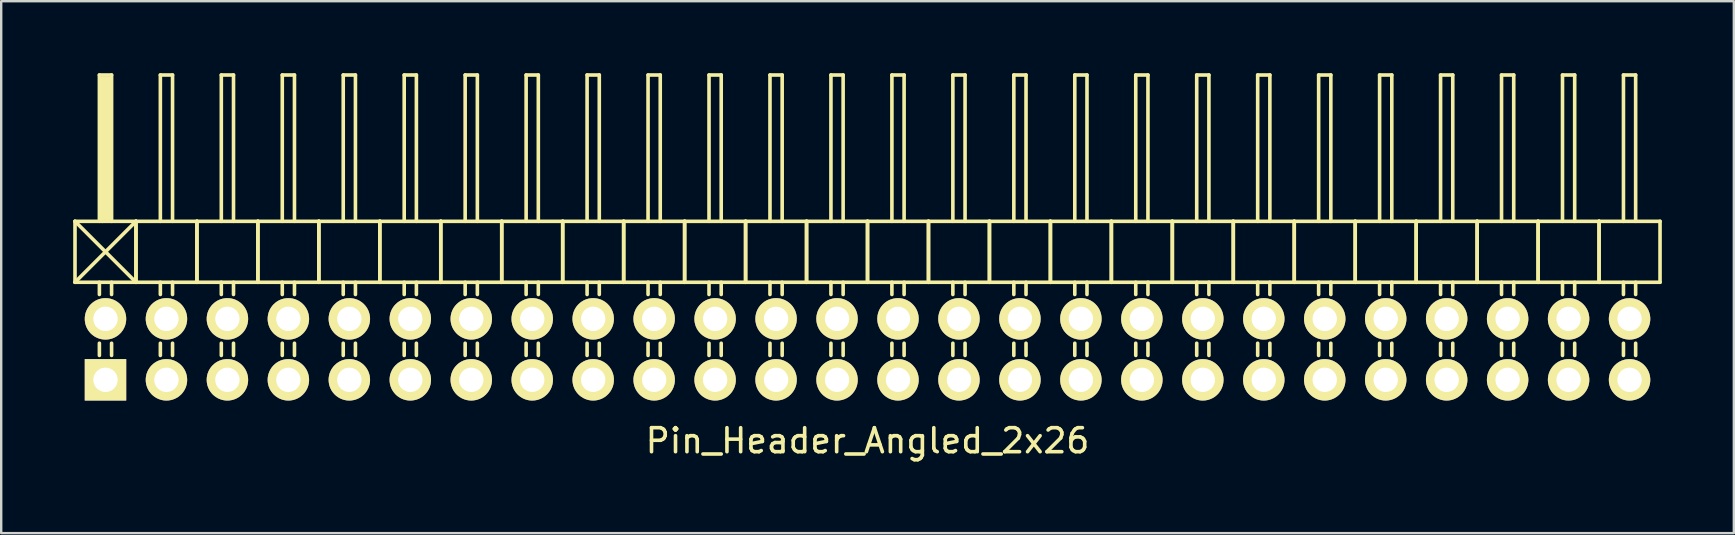
<source format=kicad_pcb>
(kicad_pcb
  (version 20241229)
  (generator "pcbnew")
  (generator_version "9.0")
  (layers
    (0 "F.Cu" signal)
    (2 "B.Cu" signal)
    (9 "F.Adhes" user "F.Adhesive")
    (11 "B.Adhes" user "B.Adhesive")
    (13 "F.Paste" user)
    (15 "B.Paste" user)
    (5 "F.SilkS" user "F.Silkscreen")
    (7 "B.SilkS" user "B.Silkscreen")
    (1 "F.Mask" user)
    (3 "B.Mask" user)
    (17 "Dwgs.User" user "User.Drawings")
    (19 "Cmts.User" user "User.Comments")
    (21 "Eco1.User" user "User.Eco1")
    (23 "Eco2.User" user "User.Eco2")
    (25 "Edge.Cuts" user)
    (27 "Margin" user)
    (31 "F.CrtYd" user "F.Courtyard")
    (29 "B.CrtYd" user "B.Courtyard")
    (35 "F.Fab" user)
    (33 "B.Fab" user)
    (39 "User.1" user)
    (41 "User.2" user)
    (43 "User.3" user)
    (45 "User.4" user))
  (footprint "Pin_Header_Angled_2x26"
    (layer "F.Cu")
    (at 33.095 11.505)
    (property "Reference" "Pin_Header_Angled_2x26" (at 0 3.81 0) (layer "F.SilkS") (effects (font (size 1 1) (thickness 0.15))))
    (attr through_hole)
    (fp_line (start -33.02 -5.334) (end -30.48 -2.794) (stroke (width 0.15) (type solid)) (layer "F.SilkS"))
    (fp_line (start -33.02 -2.794) (end -33.02 -5.334) (stroke (width 0.15) (type solid)) (layer "F.SilkS"))
    (fp_line (start -33.02 -2.794) (end -30.48 -5.334) (stroke (width 0.15) (type solid)) (layer "F.SilkS"))
    (fp_line (start -33.02 -2.794) (end -30.48 -2.794) (stroke (width 0.15) (type solid)) (layer "F.SilkS"))
    (fp_line (start -32.004 -11.43) (end -31.496 -11.43) (stroke (width 0.15) (type solid)) (layer "F.SilkS"))
    (fp_line (start -32.004 -5.334) (end -32.004 -11.43) (stroke (width 0.15) (type solid)) (layer "F.SilkS"))
    (fp_line (start -32.004 -2.794) (end -32.004 -2.286) (stroke (width 0.15) (type solid)) (layer "F.SilkS"))
    (fp_line (start -32.004 -0.254) (end -32.004 0.254) (stroke (width 0.15) (type solid)) (layer "F.SilkS"))
    (fp_line (start -31.877 -11.303) (end -31.623 -11.303) (stroke (width 0.15) (type solid)) (layer "F.SilkS"))
    (fp_line (start -31.877 -5.334) (end -31.877 -11.303) (stroke (width 0.15) (type solid)) (layer "F.SilkS"))
    (fp_line (start -31.75 -5.461) (end -31.75 -11.303) (stroke (width 0.15) (type solid)) (layer "F.SilkS"))
    (fp_line (start -31.623 -11.303) (end -31.623 -5.461) (stroke (width 0.15) (type solid)) (layer "F.SilkS"))
    (fp_line (start -31.623 -5.461) (end -31.75 -5.461) (stroke (width 0.15) (type solid)) (layer "F.SilkS"))
    (fp_line (start -31.496 -11.43) (end -31.496 -5.334) (stroke (width 0.15) (type solid)) (layer "F.SilkS"))
    (fp_line (start -31.496 -2.794) (end -31.496 -2.286) (stroke (width 0.15) (type solid)) (layer "F.SilkS"))
    (fp_line (start -31.496 -0.254) (end -31.496 0.254) (stroke (width 0.15) (type solid)) (layer "F.SilkS"))
    (fp_line (start -30.48 -5.334) (end -33.02 -5.334) (stroke (width 0.15) (type solid)) (layer "F.SilkS"))
    (fp_line (start -30.48 -2.794) (end -30.48 -5.334) (stroke (width 0.15) (type solid)) (layer "F.SilkS"))
    (fp_line (start -30.48 -2.794) (end -30.48 -5.334) (stroke (width 0.15) (type solid)) (layer "F.SilkS"))
    (fp_line (start -30.48 -2.794) (end -27.94 -2.794) (stroke (width 0.15) (type solid)) (layer "F.SilkS"))
    (fp_line (start -29.464 -11.43) (end -28.956 -11.43) (stroke (width 0.15) (type solid)) (layer "F.SilkS"))
    (fp_line (start -29.464 -5.334) (end -29.464 -11.43) (stroke (width 0.15) (type solid)) (layer "F.SilkS"))
    (fp_line (start -29.464 -2.794) (end -29.464 -2.286) (stroke (width 0.15) (type solid)) (layer "F.SilkS"))
    (fp_line (start -29.464 -0.254) (end -29.464 0.254) (stroke (width 0.15) (type solid)) (layer "F.SilkS"))
    (fp_line (start -28.956 -11.43) (end -28.956 -5.334) (stroke (width 0.15) (type solid)) (layer "F.SilkS"))
    (fp_line (start -28.956 -2.794) (end -28.956 -2.286) (stroke (width 0.15) (type solid)) (layer "F.SilkS"))
    (fp_line (start -28.956 -0.254) (end -28.956 0.254) (stroke (width 0.15) (type solid)) (layer "F.SilkS"))
    (fp_line (start -27.94 -5.334) (end -30.48 -5.334) (stroke (width 0.15) (type solid)) (layer "F.SilkS"))
    (fp_line (start -27.94 -2.794) (end -27.94 -5.334) (stroke (width 0.15) (type solid)) (layer "F.SilkS"))
    (fp_line (start -27.94 -2.794) (end -27.94 -5.334) (stroke (width 0.15) (type solid)) (layer "F.SilkS"))
    (fp_line (start -27.94 -2.794) (end -25.4 -2.794) (stroke (width 0.15) (type solid)) (layer "F.SilkS"))
    (fp_line (start -26.924 -11.43) (end -26.416 -11.43) (stroke (width 0.15) (type solid)) (layer "F.SilkS"))
    (fp_line (start -26.924 -5.334) (end -26.924 -11.43) (stroke (width 0.15) (type solid)) (layer "F.SilkS"))
    (fp_line (start -26.924 -2.794) (end -26.924 -2.286) (stroke (width 0.15) (type solid)) (layer "F.SilkS"))
    (fp_line (start -26.924 -0.254) (end -26.924 0.254) (stroke (width 0.15) (type solid)) (layer "F.SilkS"))
    (fp_line (start -26.416 -11.43) (end -26.416 -5.334) (stroke (width 0.15) (type solid)) (layer "F.SilkS"))
    (fp_line (start -26.416 -2.794) (end -26.416 -2.286) (stroke (width 0.15) (type solid)) (layer "F.SilkS"))
    (fp_line (start -26.416 -0.254) (end -26.416 0.254) (stroke (width 0.15) (type solid)) (layer "F.SilkS"))
    (fp_line (start -25.4 -5.334) (end -27.94 -5.334) (stroke (width 0.15) (type solid)) (layer "F.SilkS"))
    (fp_line (start -25.4 -2.794) (end -25.4 -5.334) (stroke (width 0.15) (type solid)) (layer "F.SilkS"))
    (fp_line (start -25.4 -2.794) (end -25.4 -5.334) (stroke (width 0.15) (type solid)) (layer "F.SilkS"))
    (fp_line (start -25.4 -2.794) (end -22.86 -2.794) (stroke (width 0.15) (type solid)) (layer "F.SilkS"))
    (fp_line (start -24.384 -11.43) (end -23.876 -11.43) (stroke (width 0.15) (type solid)) (layer "F.SilkS"))
    (fp_line (start -24.384 -5.334) (end -24.384 -11.43) (stroke (width 0.15) (type solid)) (layer "F.SilkS"))
    (fp_line (start -24.384 -2.794) (end -24.384 -2.286) (stroke (width 0.15) (type solid)) (layer "F.SilkS"))
    (fp_line (start -24.384 -0.254) (end -24.384 0.254) (stroke (width 0.15) (type solid)) (layer "F.SilkS"))
    (fp_line (start -23.876 -11.43) (end -23.876 -5.334) (stroke (width 0.15) (type solid)) (layer "F.SilkS"))
    (fp_line (start -23.876 -2.794) (end -23.876 -2.286) (stroke (width 0.15) (type solid)) (layer "F.SilkS"))
    (fp_line (start -23.876 -0.254) (end -23.876 0.254) (stroke (width 0.15) (type solid)) (layer "F.SilkS"))
    (fp_line (start -22.86 -5.334) (end -25.4 -5.334) (stroke (width 0.15) (type solid)) (layer "F.SilkS"))
    (fp_line (start -22.86 -2.794) (end -22.86 -5.334) (stroke (width 0.15) (type solid)) (layer "F.SilkS"))
    (fp_line (start -22.86 -2.794) (end -22.86 -5.334) (stroke (width 0.15) (type solid)) (layer "F.SilkS"))
    (fp_line (start -22.86 -2.794) (end -20.32 -2.794) (stroke (width 0.15) (type solid)) (layer "F.SilkS"))
    (fp_line (start -21.844 -11.43) (end -21.336 -11.43) (stroke (width 0.15) (type solid)) (layer "F.SilkS"))
    (fp_line (start -21.844 -5.334) (end -21.844 -11.43) (stroke (width 0.15) (type solid)) (layer "F.SilkS"))
    (fp_line (start -21.844 -2.794) (end -21.844 -2.286) (stroke (width 0.15) (type solid)) (layer "F.SilkS"))
    (fp_line (start -21.844 -0.254) (end -21.844 0.254) (stroke (width 0.15) (type solid)) (layer "F.SilkS"))
    (fp_line (start -21.336 -11.43) (end -21.336 -5.334) (stroke (width 0.15) (type solid)) (layer "F.SilkS"))
    (fp_line (start -21.336 -2.794) (end -21.336 -2.286) (stroke (width 0.15) (type solid)) (layer "F.SilkS"))
    (fp_line (start -21.336 -0.254) (end -21.336 0.254) (stroke (width 0.15) (type solid)) (layer "F.SilkS"))
    (fp_line (start -20.32 -5.334) (end -22.86 -5.334) (stroke (width 0.15) (type solid)) (layer "F.SilkS"))
    (fp_line (start -20.32 -2.794) (end -20.32 -5.334) (stroke (width 0.15) (type solid)) (layer "F.SilkS"))
    (fp_line (start -20.32 -2.794) (end -20.32 -5.334) (stroke (width 0.15) (type solid)) (layer "F.SilkS"))
    (fp_line (start -20.32 -2.794) (end -17.78 -2.794) (stroke (width 0.15) (type solid)) (layer "F.SilkS"))
    (fp_line (start -19.304 -11.43) (end -18.796 -11.43) (stroke (width 0.15) (type solid)) (layer "F.SilkS"))
    (fp_line (start -19.304 -5.334) (end -19.304 -11.43) (stroke (width 0.15) (type solid)) (layer "F.SilkS"))
    (fp_line (start -19.304 -2.794) (end -19.304 -2.286) (stroke (width 0.15) (type solid)) (layer "F.SilkS"))
    (fp_line (start -19.304 -0.254) (end -19.304 0.254) (stroke (width 0.15) (type solid)) (layer "F.SilkS"))
    (fp_line (start -18.796 -11.43) (end -18.796 -5.334) (stroke (width 0.15) (type solid)) (layer "F.SilkS"))
    (fp_line (start -18.796 -2.794) (end -18.796 -2.286) (stroke (width 0.15) (type solid)) (layer "F.SilkS"))
    (fp_line (start -18.796 -0.254) (end -18.796 0.254) (stroke (width 0.15) (type solid)) (layer "F.SilkS"))
    (fp_line (start -17.78 -5.334) (end -20.32 -5.334) (stroke (width 0.15) (type solid)) (layer "F.SilkS"))
    (fp_line (start -17.78 -2.794) (end -17.78 -5.334) (stroke (width 0.15) (type solid)) (layer "F.SilkS"))
    (fp_line (start -17.78 -2.794) (end -17.78 -5.334) (stroke (width 0.15) (type solid)) (layer "F.SilkS"))
    (fp_line (start -17.78 -2.794) (end -15.24 -2.794) (stroke (width 0.15) (type solid)) (layer "F.SilkS"))
    (fp_line (start -16.764 -11.43) (end -16.256 -11.43) (stroke (width 0.15) (type solid)) (layer "F.SilkS"))
    (fp_line (start -16.764 -5.334) (end -16.764 -11.43) (stroke (width 0.15) (type solid)) (layer "F.SilkS"))
    (fp_line (start -16.764 -2.794) (end -16.764 -2.286) (stroke (width 0.15) (type solid)) (layer "F.SilkS"))
    (fp_line (start -16.764 -0.254) (end -16.764 0.254) (stroke (width 0.15) (type solid)) (layer "F.SilkS"))
    (fp_line (start -16.256 -11.43) (end -16.256 -5.334) (stroke (width 0.15) (type solid)) (layer "F.SilkS"))
    (fp_line (start -16.256 -2.794) (end -16.256 -2.286) (stroke (width 0.15) (type solid)) (layer "F.SilkS"))
    (fp_line (start -16.256 -0.254) (end -16.256 0.254) (stroke (width 0.15) (type solid)) (layer "F.SilkS"))
    (fp_line (start -15.24 -5.334) (end -17.78 -5.334) (stroke (width 0.15) (type solid)) (layer "F.SilkS"))
    (fp_line (start -15.24 -2.794) (end -15.24 -5.334) (stroke (width 0.15) (type solid)) (layer "F.SilkS"))
    (fp_line (start -15.24 -2.794) (end -15.24 -5.334) (stroke (width 0.15) (type solid)) (layer "F.SilkS"))
    (fp_line (start -15.24 -2.794) (end -12.7 -2.794) (stroke (width 0.15) (type solid)) (layer "F.SilkS"))
    (fp_line (start -14.224 -11.43) (end -13.716 -11.43) (stroke (width 0.15) (type solid)) (layer "F.SilkS"))
    (fp_line (start -14.224 -5.334) (end -14.224 -11.43) (stroke (width 0.15) (type solid)) (layer "F.SilkS"))
    (fp_line (start -14.224 -2.794) (end -14.224 -2.286) (stroke (width 0.15) (type solid)) (layer "F.SilkS"))
    (fp_line (start -14.224 -0.254) (end -14.224 0.254) (stroke (width 0.15) (type solid)) (layer "F.SilkS"))
    (fp_line (start -13.716 -11.43) (end -13.716 -5.334) (stroke (width 0.15) (type solid)) (layer "F.SilkS"))
    (fp_line (start -13.716 -2.794) (end -13.716 -2.286) (stroke (width 0.15) (type solid)) (layer "F.SilkS"))
    (fp_line (start -13.716 -0.254) (end -13.716 0.254) (stroke (width 0.15) (type solid)) (layer "F.SilkS"))
    (fp_line (start -12.7 -5.334) (end -15.24 -5.334) (stroke (width 0.15) (type solid)) (layer "F.SilkS"))
    (fp_line (start -12.7 -2.794) (end -12.7 -5.334) (stroke (width 0.15) (type solid)) (layer "F.SilkS"))
    (fp_line (start -12.7 -2.794) (end -12.7 -5.334) (stroke (width 0.15) (type solid)) (layer "F.SilkS"))
    (fp_line (start -12.7 -2.794) (end -10.16 -2.794) (stroke (width 0.15) (type solid)) (layer "F.SilkS"))
    (fp_line (start -11.684 -11.43) (end -11.176 -11.43) (stroke (width 0.15) (type solid)) (layer "F.SilkS"))
    (fp_line (start -11.684 -5.334) (end -11.684 -11.43) (stroke (width 0.15) (type solid)) (layer "F.SilkS"))
    (fp_line (start -11.684 -2.794) (end -11.684 -2.286) (stroke (width 0.15) (type solid)) (layer "F.SilkS"))
    (fp_line (start -11.684 -0.254) (end -11.684 0.254) (stroke (width 0.15) (type solid)) (layer "F.SilkS"))
    (fp_line (start -11.176 -11.43) (end -11.176 -5.334) (stroke (width 0.15) (type solid)) (layer "F.SilkS"))
    (fp_line (start -11.176 -2.794) (end -11.176 -2.286) (stroke (width 0.15) (type solid)) (layer "F.SilkS"))
    (fp_line (start -11.176 -0.254) (end -11.176 0.254) (stroke (width 0.15) (type solid)) (layer "F.SilkS"))
    (fp_line (start -10.16 -5.334) (end -12.7 -5.334) (stroke (width 0.15) (type solid)) (layer "F.SilkS"))
    (fp_line (start -10.16 -2.794) (end -10.16 -5.334) (stroke (width 0.15) (type solid)) (layer "F.SilkS"))
    (fp_line (start -10.16 -2.794) (end -10.16 -5.334) (stroke (width 0.15) (type solid)) (layer "F.SilkS"))
    (fp_line (start -10.16 -2.794) (end -7.62 -2.794) (stroke (width 0.15) (type solid)) (layer "F.SilkS"))
    (fp_line (start -9.144 -11.43) (end -8.636 -11.43) (stroke (width 0.15) (type solid)) (layer "F.SilkS"))
    (fp_line (start -9.144 -5.334) (end -9.144 -11.43) (stroke (width 0.15) (type solid)) (layer "F.SilkS"))
    (fp_line (start -9.144 -2.794) (end -9.144 -2.286) (stroke (width 0.15) (type solid)) (layer "F.SilkS"))
    (fp_line (start -9.144 -0.254) (end -9.144 0.254) (stroke (width 0.15) (type solid)) (layer "F.SilkS"))
    (fp_line (start -8.636 -11.43) (end -8.636 -5.334) (stroke (width 0.15) (type solid)) (layer "F.SilkS"))
    (fp_line (start -8.636 -2.794) (end -8.636 -2.286) (stroke (width 0.15) (type solid)) (layer "F.SilkS"))
    (fp_line (start -8.636 -0.254) (end -8.636 0.254) (stroke (width 0.15) (type solid)) (layer "F.SilkS"))
    (fp_line (start -7.62 -5.334) (end -10.16 -5.334) (stroke (width 0.15) (type solid)) (layer "F.SilkS"))
    (fp_line (start -7.62 -2.794) (end -7.62 -5.334) (stroke (width 0.15) (type solid)) (layer "F.SilkS"))
    (fp_line (start -7.62 -2.794) (end -7.62 -5.334) (stroke (width 0.15) (type solid)) (layer "F.SilkS"))
    (fp_line (start -7.62 -2.794) (end -5.08 -2.794) (stroke (width 0.15) (type solid)) (layer "F.SilkS"))
    (fp_line (start -6.604 -11.43) (end -6.096 -11.43) (stroke (width 0.15) (type solid)) (layer "F.SilkS"))
    (fp_line (start -6.604 -5.334) (end -6.604 -11.43) (stroke (width 0.15) (type solid)) (layer "F.SilkS"))
    (fp_line (start -6.604 -2.794) (end -6.604 -2.286) (stroke (width 0.15) (type solid)) (layer "F.SilkS"))
    (fp_line (start -6.604 -0.254) (end -6.604 0.254) (stroke (width 0.15) (type solid)) (layer "F.SilkS"))
    (fp_line (start -6.096 -11.43) (end -6.096 -5.334) (stroke (width 0.15) (type solid)) (layer "F.SilkS"))
    (fp_line (start -6.096 -2.794) (end -6.096 -2.286) (stroke (width 0.15) (type solid)) (layer "F.SilkS"))
    (fp_line (start -6.096 -0.254) (end -6.096 0.254) (stroke (width 0.15) (type solid)) (layer "F.SilkS"))
    (fp_line (start -5.08 -5.334) (end -7.62 -5.334) (stroke (width 0.15) (type solid)) (layer "F.SilkS"))
    (fp_line (start -5.08 -2.794) (end -5.08 -5.334) (stroke (width 0.15) (type solid)) (layer "F.SilkS"))
    (fp_line (start -5.08 -2.794) (end -5.08 -5.334) (stroke (width 0.15) (type solid)) (layer "F.SilkS"))
    (fp_line (start -5.08 -2.794) (end -2.54 -2.794) (stroke (width 0.15) (type solid)) (layer "F.SilkS"))
    (fp_line (start -4.064 -11.43) (end -3.556 -11.43) (stroke (width 0.15) (type solid)) (layer "F.SilkS"))
    (fp_line (start -4.064 -5.334) (end -4.064 -11.43) (stroke (width 0.15) (type solid)) (layer "F.SilkS"))
    (fp_line (start -4.064 -2.794) (end -4.064 -2.286) (stroke (width 0.15) (type solid)) (layer "F.SilkS"))
    (fp_line (start -4.064 -0.254) (end -4.064 0.254) (stroke (width 0.15) (type solid)) (layer "F.SilkS"))
    (fp_line (start -3.556 -11.43) (end -3.556 -5.334) (stroke (width 0.15) (type solid)) (layer "F.SilkS"))
    (fp_line (start -3.556 -2.794) (end -3.556 -2.286) (stroke (width 0.15) (type solid)) (layer "F.SilkS"))
    (fp_line (start -3.556 -0.254) (end -3.556 0.254) (stroke (width 0.15) (type solid)) (layer "F.SilkS"))
    (fp_line (start -2.54 -5.334) (end -5.08 -5.334) (stroke (width 0.15) (type solid)) (layer "F.SilkS"))
    (fp_line (start -2.54 -2.794) (end -2.54 -5.334) (stroke (width 0.15) (type solid)) (layer "F.SilkS"))
    (fp_line (start -2.54 -2.794) (end -2.54 -5.334) (stroke (width 0.15) (type solid)) (layer "F.SilkS"))
    (fp_line (start -2.54 -2.794) (end 0 -2.794) (stroke (width 0.15) (type solid)) (layer "F.SilkS"))
    (fp_line (start -1.524 -11.43) (end -1.016 -11.43) (stroke (width 0.15) (type solid)) (layer "F.SilkS"))
    (fp_line (start -1.524 -5.334) (end -1.524 -11.43) (stroke (width 0.15) (type solid)) (layer "F.SilkS"))
    (fp_line (start -1.524 -2.794) (end -1.524 -2.286) (stroke (width 0.15) (type solid)) (layer "F.SilkS"))
    (fp_line (start -1.524 -0.254) (end -1.524 0.254) (stroke (width 0.15) (type solid)) (layer "F.SilkS"))
    (fp_line (start -1.016 -11.43) (end -1.016 -5.334) (stroke (width 0.15) (type solid)) (layer "F.SilkS"))
    (fp_line (start -1.016 -2.794) (end -1.016 -2.286) (stroke (width 0.15) (type solid)) (layer "F.SilkS"))
    (fp_line (start -1.016 -0.254) (end -1.016 0.254) (stroke (width 0.15) (type solid)) (layer "F.SilkS"))
    (fp_line (start 0 -5.334) (end -2.54 -5.334) (stroke (width 0.15) (type solid)) (layer "F.SilkS"))
    (fp_line (start 0 -2.794) (end 0 -5.334) (stroke (width 0.15) (type solid)) (layer "F.SilkS"))
    (fp_line (start 0 -2.794) (end 0 -5.334) (stroke (width 0.15) (type solid)) (layer "F.SilkS"))
    (fp_line (start 0 -2.794) (end 2.54 -2.794) (stroke (width 0.15) (type solid)) (layer "F.SilkS"))
    (fp_line (start 1.016 -11.43) (end 1.524 -11.43) (stroke (width 0.15) (type solid)) (layer "F.SilkS"))
    (fp_line (start 1.016 -5.334) (end 1.016 -11.43) (stroke (width 0.15) (type solid)) (layer "F.SilkS"))
    (fp_line (start 1.016 -2.794) (end 1.016 -2.286) (stroke (width 0.15) (type solid)) (layer "F.SilkS"))
    (fp_line (start 1.016 -0.254) (end 1.016 0.254) (stroke (width 0.15) (type solid)) (layer "F.SilkS"))
    (fp_line (start 1.524 -11.43) (end 1.524 -5.334) (stroke (width 0.15) (type solid)) (layer "F.SilkS"))
    (fp_line (start 1.524 -2.794) (end 1.524 -2.286) (stroke (width 0.15) (type solid)) (layer "F.SilkS"))
    (fp_line (start 1.524 -0.254) (end 1.524 0.254) (stroke (width 0.15) (type solid)) (layer "F.SilkS"))
    (fp_line (start 2.54 -5.334) (end 0 -5.334) (stroke (width 0.15) (type solid)) (layer "F.SilkS"))
    (fp_line (start 2.54 -2.794) (end 2.54 -5.334) (stroke (width 0.15) (type solid)) (layer "F.SilkS"))
    (fp_line (start 2.54 -2.794) (end 2.54 -5.334) (stroke (width 0.15) (type solid)) (layer "F.SilkS"))
    (fp_line (start 2.54 -2.794) (end 5.08 -2.794) (stroke (width 0.15) (type solid)) (layer "F.SilkS"))
    (fp_line (start 3.556 -11.43) (end 4.064 -11.43) (stroke (width 0.15) (type solid)) (layer "F.SilkS"))
    (fp_line (start 3.556 -5.334) (end 3.556 -11.43) (stroke (width 0.15) (type solid)) (layer "F.SilkS"))
    (fp_line (start 3.556 -2.794) (end 3.556 -2.286) (stroke (width 0.15) (type solid)) (layer "F.SilkS"))
    (fp_line (start 3.556 -0.254) (end 3.556 0.254) (stroke (width 0.15) (type solid)) (layer "F.SilkS"))
    (fp_line (start 4.064 -11.43) (end 4.064 -5.334) (stroke (width 0.15) (type solid)) (layer "F.SilkS"))
    (fp_line (start 4.064 -2.794) (end 4.064 -2.286) (stroke (width 0.15) (type solid)) (layer "F.SilkS"))
    (fp_line (start 4.064 -0.254) (end 4.064 0.254) (stroke (width 0.15) (type solid)) (layer "F.SilkS"))
    (fp_line (start 5.08 -5.334) (end 2.54 -5.334) (stroke (width 0.15) (type solid)) (layer "F.SilkS"))
    (fp_line (start 5.08 -2.794) (end 5.08 -5.334) (stroke (width 0.15) (type solid)) (layer "F.SilkS"))
    (fp_line (start 5.08 -2.794) (end 5.08 -5.334) (stroke (width 0.15) (type solid)) (layer "F.SilkS"))
    (fp_line (start 5.08 -2.794) (end 7.62 -2.794) (stroke (width 0.15) (type solid)) (layer "F.SilkS"))
    (fp_line (start 6.096 -11.43) (end 6.604 -11.43) (stroke (width 0.15) (type solid)) (layer "F.SilkS"))
    (fp_line (start 6.096 -5.334) (end 6.096 -11.43) (stroke (width 0.15) (type solid)) (layer "F.SilkS"))
    (fp_line (start 6.096 -2.794) (end 6.096 -2.286) (stroke (width 0.15) (type solid)) (layer "F.SilkS"))
    (fp_line (start 6.096 -0.254) (end 6.096 0.254) (stroke (width 0.15) (type solid)) (layer "F.SilkS"))
    (fp_line (start 6.604 -11.43) (end 6.604 -5.334) (stroke (width 0.15) (type solid)) (layer "F.SilkS"))
    (fp_line (start 6.604 -2.794) (end 6.604 -2.286) (stroke (width 0.15) (type solid)) (layer "F.SilkS"))
    (fp_line (start 6.604 -0.254) (end 6.604 0.254) (stroke (width 0.15) (type solid)) (layer "F.SilkS"))
    (fp_line (start 7.62 -5.334) (end 5.08 -5.334) (stroke (width 0.15) (type solid)) (layer "F.SilkS"))
    (fp_line (start 7.62 -2.794) (end 7.62 -5.334) (stroke (width 0.15) (type solid)) (layer "F.SilkS"))
    (fp_line (start 7.62 -2.794) (end 7.62 -5.334) (stroke (width 0.15) (type solid)) (layer "F.SilkS"))
    (fp_line (start 7.62 -2.794) (end 10.16 -2.794) (stroke (width 0.15) (type solid)) (layer "F.SilkS"))
    (fp_line (start 8.636 -11.43) (end 9.144 -11.43) (stroke (width 0.15) (type solid)) (layer "F.SilkS"))
    (fp_line (start 8.636 -5.334) (end 8.636 -11.43) (stroke (width 0.15) (type solid)) (layer "F.SilkS"))
    (fp_line (start 8.636 -2.794) (end 8.636 -2.286) (stroke (width 0.15) (type solid)) (layer "F.SilkS"))
    (fp_line (start 8.636 -0.254) (end 8.636 0.254) (stroke (width 0.15) (type solid)) (layer "F.SilkS"))
    (fp_line (start 9.144 -11.43) (end 9.144 -5.334) (stroke (width 0.15) (type solid)) (layer "F.SilkS"))
    (fp_line (start 9.144 -2.794) (end 9.144 -2.286) (stroke (width 0.15) (type solid)) (layer "F.SilkS"))
    (fp_line (start 9.144 -0.254) (end 9.144 0.254) (stroke (width 0.15) (type solid)) (layer "F.SilkS"))
    (fp_line (start 10.16 -5.334) (end 7.62 -5.334) (stroke (width 0.15) (type solid)) (layer "F.SilkS"))
    (fp_line (start 10.16 -2.794) (end 10.16 -5.334) (stroke (width 0.15) (type solid)) (layer "F.SilkS"))
    (fp_line (start 10.16 -2.794) (end 10.16 -5.334) (stroke (width 0.15) (type solid)) (layer "F.SilkS"))
    (fp_line (start 10.16 -2.794) (end 12.7 -2.794) (stroke (width 0.15) (type solid)) (layer "F.SilkS"))
    (fp_line (start 11.176 -11.43) (end 11.684 -11.43) (stroke (width 0.15) (type solid)) (layer "F.SilkS"))
    (fp_line (start 11.176 -5.334) (end 11.176 -11.43) (stroke (width 0.15) (type solid)) (layer "F.SilkS"))
    (fp_line (start 11.176 -2.794) (end 11.176 -2.286) (stroke (width 0.15) (type solid)) (layer "F.SilkS"))
    (fp_line (start 11.176 -0.254) (end 11.176 0.254) (stroke (width 0.15) (type solid)) (layer "F.SilkS"))
    (fp_line (start 11.684 -11.43) (end 11.684 -5.334) (stroke (width 0.15) (type solid)) (layer "F.SilkS"))
    (fp_line (start 11.684 -2.794) (end 11.684 -2.286) (stroke (width 0.15) (type solid)) (layer "F.SilkS"))
    (fp_line (start 11.684 -0.254) (end 11.684 0.254) (stroke (width 0.15) (type solid)) (layer "F.SilkS"))
    (fp_line (start 12.7 -5.334) (end 10.16 -5.334) (stroke (width 0.15) (type solid)) (layer "F.SilkS"))
    (fp_line (start 12.7 -2.794) (end 12.7 -5.334) (stroke (width 0.15) (type solid)) (layer "F.SilkS"))
    (fp_line (start 12.7 -2.794) (end 12.7 -5.334) (stroke (width 0.15) (type solid)) (layer "F.SilkS"))
    (fp_line (start 12.7 -2.794) (end 15.24 -2.794) (stroke (width 0.15) (type solid)) (layer "F.SilkS"))
    (fp_line (start 13.716 -11.43) (end 14.224 -11.43) (stroke (width 0.15) (type solid)) (layer "F.SilkS"))
    (fp_line (start 13.716 -5.334) (end 13.716 -11.43) (stroke (width 0.15) (type solid)) (layer "F.SilkS"))
    (fp_line (start 13.716 -2.794) (end 13.716 -2.286) (stroke (width 0.15) (type solid)) (layer "F.SilkS"))
    (fp_line (start 13.716 -0.254) (end 13.716 0.254) (stroke (width 0.15) (type solid)) (layer "F.SilkS"))
    (fp_line (start 14.224 -11.43) (end 14.224 -5.334) (stroke (width 0.15) (type solid)) (layer "F.SilkS"))
    (fp_line (start 14.224 -2.794) (end 14.224 -2.286) (stroke (width 0.15) (type solid)) (layer "F.SilkS"))
    (fp_line (start 14.224 -0.254) (end 14.224 0.254) (stroke (width 0.15) (type solid)) (layer "F.SilkS"))
    (fp_line (start 15.24 -5.334) (end 12.7 -5.334) (stroke (width 0.15) (type solid)) (layer "F.SilkS"))
    (fp_line (start 15.24 -2.794) (end 15.24 -5.334) (stroke (width 0.15) (type solid)) (layer "F.SilkS"))
    (fp_line (start 15.24 -2.794) (end 15.24 -5.334) (stroke (width 0.15) (type solid)) (layer "F.SilkS"))
    (fp_line (start 15.24 -2.794) (end 17.78 -2.794) (stroke (width 0.15) (type solid)) (layer "F.SilkS"))
    (fp_line (start 16.256 -11.43) (end 16.764 -11.43) (stroke (width 0.15) (type solid)) (layer "F.SilkS"))
    (fp_line (start 16.256 -5.334) (end 16.256 -11.43) (stroke (width 0.15) (type solid)) (layer "F.SilkS"))
    (fp_line (start 16.256 -2.794) (end 16.256 -2.286) (stroke (width 0.15) (type solid)) (layer "F.SilkS"))
    (fp_line (start 16.256 -0.254) (end 16.256 0.254) (stroke (width 0.15) (type solid)) (layer "F.SilkS"))
    (fp_line (start 16.764 -11.43) (end 16.764 -5.334) (stroke (width 0.15) (type solid)) (layer "F.SilkS"))
    (fp_line (start 16.764 -2.794) (end 16.764 -2.286) (stroke (width 0.15) (type solid)) (layer "F.SilkS"))
    (fp_line (start 16.764 -0.254) (end 16.764 0.254) (stroke (width 0.15) (type solid)) (layer "F.SilkS"))
    (fp_line (start 17.78 -5.334) (end 15.24 -5.334) (stroke (width 0.15) (type solid)) (layer "F.SilkS"))
    (fp_line (start 17.78 -2.794) (end 17.78 -5.334) (stroke (width 0.15) (type solid)) (layer "F.SilkS"))
    (fp_line (start 17.78 -2.794) (end 17.78 -5.334) (stroke (width 0.15) (type solid)) (layer "F.SilkS"))
    (fp_line (start 17.78 -2.794) (end 20.32 -2.794) (stroke (width 0.15) (type solid)) (layer "F.SilkS"))
    (fp_line (start 18.796 -11.43) (end 19.304 -11.43) (stroke (width 0.15) (type solid)) (layer "F.SilkS"))
    (fp_line (start 18.796 -5.334) (end 18.796 -11.43) (stroke (width 0.15) (type solid)) (layer "F.SilkS"))
    (fp_line (start 18.796 -2.794) (end 18.796 -2.286) (stroke (width 0.15) (type solid)) (layer "F.SilkS"))
    (fp_line (start 18.796 -0.254) (end 18.796 0.254) (stroke (width 0.15) (type solid)) (layer "F.SilkS"))
    (fp_line (start 19.304 -11.43) (end 19.304 -5.334) (stroke (width 0.15) (type solid)) (layer "F.SilkS"))
    (fp_line (start 19.304 -2.794) (end 19.304 -2.286) (stroke (width 0.15) (type solid)) (layer "F.SilkS"))
    (fp_line (start 19.304 -0.254) (end 19.304 0.254) (stroke (width 0.15) (type solid)) (layer "F.SilkS"))
    (fp_line (start 20.32 -5.334) (end 17.78 -5.334) (stroke (width 0.15) (type solid)) (layer "F.SilkS"))
    (fp_line (start 20.32 -2.794) (end 20.32 -5.334) (stroke (width 0.15) (type solid)) (layer "F.SilkS"))
    (fp_line (start 20.32 -2.794) (end 20.32 -5.334) (stroke (width 0.15) (type solid)) (layer "F.SilkS"))
    (fp_line (start 20.32 -2.794) (end 22.86 -2.794) (stroke (width 0.15) (type solid)) (layer "F.SilkS"))
    (fp_line (start 21.336 -11.43) (end 21.844 -11.43) (stroke (width 0.15) (type solid)) (layer "F.SilkS"))
    (fp_line (start 21.336 -5.334) (end 21.336 -11.43) (stroke (width 0.15) (type solid)) (layer "F.SilkS"))
    (fp_line (start 21.336 -2.794) (end 21.336 -2.286) (stroke (width 0.15) (type solid)) (layer "F.SilkS"))
    (fp_line (start 21.336 -0.254) (end 21.336 0.254) (stroke (width 0.15) (type solid)) (layer "F.SilkS"))
    (fp_line (start 21.844 -11.43) (end 21.844 -5.334) (stroke (width 0.15) (type solid)) (layer "F.SilkS"))
    (fp_line (start 21.844 -2.794) (end 21.844 -2.286) (stroke (width 0.15) (type solid)) (layer "F.SilkS"))
    (fp_line (start 21.844 -0.254) (end 21.844 0.254) (stroke (width 0.15) (type solid)) (layer "F.SilkS"))
    (fp_line (start 22.86 -5.334) (end 20.32 -5.334) (stroke (width 0.15) (type solid)) (layer "F.SilkS"))
    (fp_line (start 22.86 -2.794) (end 22.86 -5.334) (stroke (width 0.15) (type solid)) (layer "F.SilkS"))
    (fp_line (start 22.86 -2.794) (end 22.86 -5.334) (stroke (width 0.15) (type solid)) (layer "F.SilkS"))
    (fp_line (start 22.86 -2.794) (end 25.4 -2.794) (stroke (width 0.15) (type solid)) (layer "F.SilkS"))
    (fp_line (start 23.876 -11.43) (end 24.384 -11.43) (stroke (width 0.15) (type solid)) (layer "F.SilkS"))
    (fp_line (start 23.876 -5.334) (end 23.876 -11.43) (stroke (width 0.15) (type solid)) (layer "F.SilkS"))
    (fp_line (start 23.876 -2.794) (end 23.876 -2.286) (stroke (width 0.15) (type solid)) (layer "F.SilkS"))
    (fp_line (start 23.876 -0.254) (end 23.876 0.254) (stroke (width 0.15) (type solid)) (layer "F.SilkS"))
    (fp_line (start 24.384 -11.43) (end 24.384 -5.334) (stroke (width 0.15) (type solid)) (layer "F.SilkS"))
    (fp_line (start 24.384 -2.794) (end 24.384 -2.286) (stroke (width 0.15) (type solid)) (layer "F.SilkS"))
    (fp_line (start 24.384 -0.254) (end 24.384 0.254) (stroke (width 0.15) (type solid)) (layer "F.SilkS"))
    (fp_line (start 25.4 -5.334) (end 22.86 -5.334) (stroke (width 0.15) (type solid)) (layer "F.SilkS"))
    (fp_line (start 25.4 -2.794) (end 25.4 -5.334) (stroke (width 0.15) (type solid)) (layer "F.SilkS"))
    (fp_line (start 25.4 -2.794) (end 25.4 -5.334) (stroke (width 0.15) (type solid)) (layer "F.SilkS"))
    (fp_line (start 25.4 -2.794) (end 27.94 -2.794) (stroke (width 0.15) (type solid)) (layer "F.SilkS"))
    (fp_line (start 26.416 -11.43) (end 26.924 -11.43) (stroke (width 0.15) (type solid)) (layer "F.SilkS"))
    (fp_line (start 26.416 -5.334) (end 26.416 -11.43) (stroke (width 0.15) (type solid)) (layer "F.SilkS"))
    (fp_line (start 26.416 -2.794) (end 26.416 -2.286) (stroke (width 0.15) (type solid)) (layer "F.SilkS"))
    (fp_line (start 26.416 -0.254) (end 26.416 0.254) (stroke (width 0.15) (type solid)) (layer "F.SilkS"))
    (fp_line (start 26.924 -11.43) (end 26.924 -5.334) (stroke (width 0.15) (type solid)) (layer "F.SilkS"))
    (fp_line (start 26.924 -2.794) (end 26.924 -2.286) (stroke (width 0.15) (type solid)) (layer "F.SilkS"))
    (fp_line (start 26.924 -0.254) (end 26.924 0.254) (stroke (width 0.15) (type solid)) (layer "F.SilkS"))
    (fp_line (start 27.94 -5.334) (end 25.4 -5.334) (stroke (width 0.15) (type solid)) (layer "F.SilkS"))
    (fp_line (start 27.94 -2.794) (end 27.94 -5.334) (stroke (width 0.15) (type solid)) (layer "F.SilkS"))
    (fp_line (start 27.94 -2.794) (end 27.94 -5.334) (stroke (width 0.15) (type solid)) (layer "F.SilkS"))
    (fp_line (start 27.94 -2.794) (end 30.48 -2.794) (stroke (width 0.15) (type solid)) (layer "F.SilkS"))
    (fp_line (start 28.956 -11.43) (end 29.464 -11.43) (stroke (width 0.15) (type solid)) (layer "F.SilkS"))
    (fp_line (start 28.956 -5.334) (end 28.956 -11.43) (stroke (width 0.15) (type solid)) (layer "F.SilkS"))
    (fp_line (start 28.956 -2.794) (end 28.956 -2.286) (stroke (width 0.15) (type solid)) (layer "F.SilkS"))
    (fp_line (start 28.956 -0.254) (end 28.956 0.254) (stroke (width 0.15) (type solid)) (layer "F.SilkS"))
    (fp_line (start 29.464 -11.43) (end 29.464 -5.334) (stroke (width 0.15) (type solid)) (layer "F.SilkS"))
    (fp_line (start 29.464 -2.794) (end 29.464 -2.286) (stroke (width 0.15) (type solid)) (layer "F.SilkS"))
    (fp_line (start 29.464 -0.254) (end 29.464 0.254) (stroke (width 0.15) (type solid)) (layer "F.SilkS"))
    (fp_line (start 30.48 -5.334) (end 27.94 -5.334) (stroke (width 0.15) (type solid)) (layer "F.SilkS"))
    (fp_line (start 30.48 -2.794) (end 30.48 -5.334) (stroke (width 0.15) (type solid)) (layer "F.SilkS"))
    (fp_line (start 30.48 -2.794) (end 30.48 -5.334) (stroke (width 0.15) (type solid)) (layer "F.SilkS"))
    (fp_line (start 30.48 -2.794) (end 33.02 -2.794) (stroke (width 0.15) (type solid)) (layer "F.SilkS"))
    (fp_line (start 31.496 -11.43) (end 32.004 -11.43) (stroke (width 0.15) (type solid)) (layer "F.SilkS"))
    (fp_line (start 31.496 -5.334) (end 31.496 -11.43) (stroke (width 0.15) (type solid)) (layer "F.SilkS"))
    (fp_line (start 31.496 -2.794) (end 31.496 -2.286) (stroke (width 0.15) (type solid)) (layer "F.SilkS"))
    (fp_line (start 31.496 -0.254) (end 31.496 0.254) (stroke (width 0.15) (type solid)) (layer "F.SilkS"))
    (fp_line (start 32.004 -11.43) (end 32.004 -5.334) (stroke (width 0.15) (type solid)) (layer "F.SilkS"))
    (fp_line (start 32.004 -2.794) (end 32.004 -2.286) (stroke (width 0.15) (type solid)) (layer "F.SilkS"))
    (fp_line (start 32.004 -0.254) (end 32.004 0.254) (stroke (width 0.15) (type solid)) (layer "F.SilkS"))
    (fp_line (start 33.02 -5.334) (end 30.48 -5.334) (stroke (width 0.15) (type solid)) (layer "F.SilkS"))
    (fp_line (start 33.02 -2.794) (end 33.02 -5.334) (stroke (width 0.15) (type solid)) (layer "F.SilkS"))
    (pad "1" thru_hole rect (at -31.75 1.27) (size 1.727 1.727) (drill 1.016) (layers "*.Cu" "*.Mask" "F.SilkS"))
    (pad "2" thru_hole oval (at -31.75 -1.27) (size 1.727 1.727) (drill 1.016) (layers "*.Cu" "*.Mask" "F.SilkS"))
    (pad "3" thru_hole oval (at -29.21 1.27) (size 1.727 1.727) (drill 1.016) (layers "*.Cu" "*.Mask" "F.SilkS"))
    (pad "4" thru_hole oval (at -29.21 -1.27) (size 1.727 1.727) (drill 1.016) (layers "*.Cu" "*.Mask" "F.SilkS"))
    (pad "5" thru_hole oval (at -26.67 1.27) (size 1.727 1.727) (drill 1.016) (layers "*.Cu" "*.Mask" "F.SilkS"))
    (pad "6" thru_hole oval (at -26.67 -1.27) (size 1.727 1.727) (drill 1.016) (layers "*.Cu" "*.Mask" "F.SilkS"))
    (pad "7" thru_hole oval (at -24.13 1.27) (size 1.727 1.727) (drill 1.016) (layers "*.Cu" "*.Mask" "F.SilkS"))
    (pad "8" thru_hole oval (at -24.13 -1.27) (size 1.727 1.727) (drill 1.016) (layers "*.Cu" "*.Mask" "F.SilkS"))
    (pad "9" thru_hole oval (at -21.59 1.27) (size 1.727 1.727) (drill 1.016) (layers "*.Cu" "*.Mask" "F.SilkS"))
    (pad "10" thru_hole oval (at -21.59 -1.27) (size 1.727 1.727) (drill 1.016) (layers "*.Cu" "*.Mask" "F.SilkS"))
    (pad "11" thru_hole oval (at -19.05 1.27) (size 1.727 1.727) (drill 1.016) (layers "*.Cu" "*.Mask" "F.SilkS"))
    (pad "12" thru_hole oval (at -19.05 -1.27) (size 1.727 1.727) (drill 1.016) (layers "*.Cu" "*.Mask" "F.SilkS"))
    (pad "13" thru_hole oval (at -16.51 1.27) (size 1.727 1.727) (drill 1.016) (layers "*.Cu" "*.Mask" "F.SilkS"))
    (pad "14" thru_hole oval (at -16.51 -1.27) (size 1.727 1.727) (drill 1.016) (layers "*.Cu" "*.Mask" "F.SilkS"))
    (pad "15" thru_hole oval (at -13.97 1.27) (size 1.727 1.727) (drill 1.016) (layers "*.Cu" "*.Mask" "F.SilkS"))
    (pad "16" thru_hole oval (at -13.97 -1.27) (size 1.727 1.727) (drill 1.016) (layers "*.Cu" "*.Mask" "F.SilkS"))
    (pad "17" thru_hole oval (at -11.43 1.27) (size 1.727 1.727) (drill 1.016) (layers "*.Cu" "*.Mask" "F.SilkS"))
    (pad "18" thru_hole oval (at -11.43 -1.27) (size 1.727 1.727) (drill 1.016) (layers "*.Cu" "*.Mask" "F.SilkS"))
    (pad "19" thru_hole oval (at -8.89 1.27) (size 1.727 1.727) (drill 1.016) (layers "*.Cu" "*.Mask" "F.SilkS"))
    (pad "20" thru_hole oval (at -8.89 -1.27) (size 1.727 1.727) (drill 1.016) (layers "*.Cu" "*.Mask" "F.SilkS"))
    (pad "21" thru_hole oval (at -6.35 1.27) (size 1.727 1.727) (drill 1.016) (layers "*.Cu" "*.Mask" "F.SilkS"))
    (pad "22" thru_hole oval (at -6.35 -1.27) (size 1.727 1.727) (drill 1.016) (layers "*.Cu" "*.Mask" "F.SilkS"))
    (pad "23" thru_hole oval (at -3.81 1.27) (size 1.727 1.727) (drill 1.016) (layers "*.Cu" "*.Mask" "F.SilkS"))
    (pad "24" thru_hole oval (at -3.81 -1.27) (size 1.727 1.727) (drill 1.016) (layers "*.Cu" "*.Mask" "F.SilkS"))
    (pad "25" thru_hole oval (at -1.27 1.27) (size 1.727 1.727) (drill 1.016) (layers "*.Cu" "*.Mask" "F.SilkS"))
    (pad "26" thru_hole oval (at -1.27 -1.27) (size 1.727 1.727) (drill 1.016) (layers "*.Cu" "*.Mask" "F.SilkS"))
    (pad "27" thru_hole oval (at 1.27 1.27) (size 1.727 1.727) (drill 1.016) (layers "*.Cu" "*.Mask" "F.SilkS"))
    (pad "28" thru_hole oval (at 1.27 -1.27) (size 1.727 1.727) (drill 1.016) (layers "*.Cu" "*.Mask" "F.SilkS"))
    (pad "29" thru_hole oval (at 3.81 1.27) (size 1.727 1.727) (drill 1.016) (layers "*.Cu" "*.Mask" "F.SilkS"))
    (pad "30" thru_hole oval (at 3.81 -1.27) (size 1.727 1.727) (drill 1.016) (layers "*.Cu" "*.Mask" "F.SilkS"))
    (pad "31" thru_hole oval (at 6.35 1.27) (size 1.727 1.727) (drill 1.016) (layers "*.Cu" "*.Mask" "F.SilkS"))
    (pad "32" thru_hole oval (at 6.35 -1.27) (size 1.727 1.727) (drill 1.016) (layers "*.Cu" "*.Mask" "F.SilkS"))
    (pad "33" thru_hole oval (at 8.89 1.27) (size 1.727 1.727) (drill 1.016) (layers "*.Cu" "*.Mask" "F.SilkS"))
    (pad "34" thru_hole oval (at 8.89 -1.27) (size 1.727 1.727) (drill 1.016) (layers "*.Cu" "*.Mask" "F.SilkS"))
    (pad "35" thru_hole oval (at 11.43 1.27) (size 1.727 1.727) (drill 1.016) (layers "*.Cu" "*.Mask" "F.SilkS"))
    (pad "36" thru_hole oval (at 11.43 -1.27) (size 1.727 1.727) (drill 1.016) (layers "*.Cu" "*.Mask" "F.SilkS"))
    (pad "37" thru_hole oval (at 13.97 1.27) (size 1.727 1.727) (drill 1.016) (layers "*.Cu" "*.Mask" "F.SilkS"))
    (pad "38" thru_hole oval (at 13.97 -1.27) (size 1.727 1.727) (drill 1.016) (layers "*.Cu" "*.Mask" "F.SilkS"))
    (pad "39" thru_hole oval (at 16.51 1.27) (size 1.727 1.727) (drill 1.016) (layers "*.Cu" "*.Mask" "F.SilkS"))
    (pad "40" thru_hole oval (at 16.51 -1.27) (size 1.727 1.727) (drill 1.016) (layers "*.Cu" "*.Mask" "F.SilkS"))
    (pad "41" thru_hole oval (at 19.05 1.27) (size 1.727 1.727) (drill 1.016) (layers "*.Cu" "*.Mask" "F.SilkS"))
    (pad "42" thru_hole oval (at 19.05 -1.27) (size 1.727 1.727) (drill 1.016) (layers "*.Cu" "*.Mask" "F.SilkS"))
    (pad "43" thru_hole oval (at 21.59 1.27) (size 1.727 1.727) (drill 1.016) (layers "*.Cu" "*.Mask" "F.SilkS"))
    (pad "44" thru_hole oval (at 21.59 -1.27) (size 1.727 1.727) (drill 1.016) (layers "*.Cu" "*.Mask" "F.SilkS"))
    (pad "45" thru_hole oval (at 24.13 1.27) (size 1.727 1.727) (drill 1.016) (layers "*.Cu" "*.Mask" "F.SilkS"))
    (pad "46" thru_hole oval (at 24.13 -1.27) (size 1.727 1.727) (drill 1.016) (layers "*.Cu" "*.Mask" "F.SilkS"))
    (pad "47" thru_hole oval (at 26.67 1.27) (size 1.727 1.727) (drill 1.016) (layers "*.Cu" "*.Mask" "F.SilkS"))
    (pad "48" thru_hole oval (at 26.67 -1.27) (size 1.727 1.727) (drill 1.016) (layers "*.Cu" "*.Mask" "F.SilkS"))
    (pad "49" thru_hole oval (at 29.21 1.27) (size 1.727 1.727) (drill 1.016) (layers "*.Cu" "*.Mask" "F.SilkS"))
    (pad "50" thru_hole oval (at 29.21 -1.27) (size 1.727 1.727) (drill 1.016) (layers "*.Cu" "*.Mask" "F.SilkS"))
    (pad "51" thru_hole oval (at 31.75 1.27) (size 1.727 1.727) (drill 1.016) (layers "*.Cu" "*.Mask" "F.SilkS"))
    (pad "52" thru_hole oval (at 31.75 -1.27) (size 1.727 1.727) (drill 1.016) (layers "*.Cu" "*.Mask" "F.SilkS")))
  (gr_rect
    (start -3 -3)
    (end 69.19 19.163)
    (stroke (width 0.1) (type default))
    (fill no)
    (layer "Edge.Cuts")))
</source>
